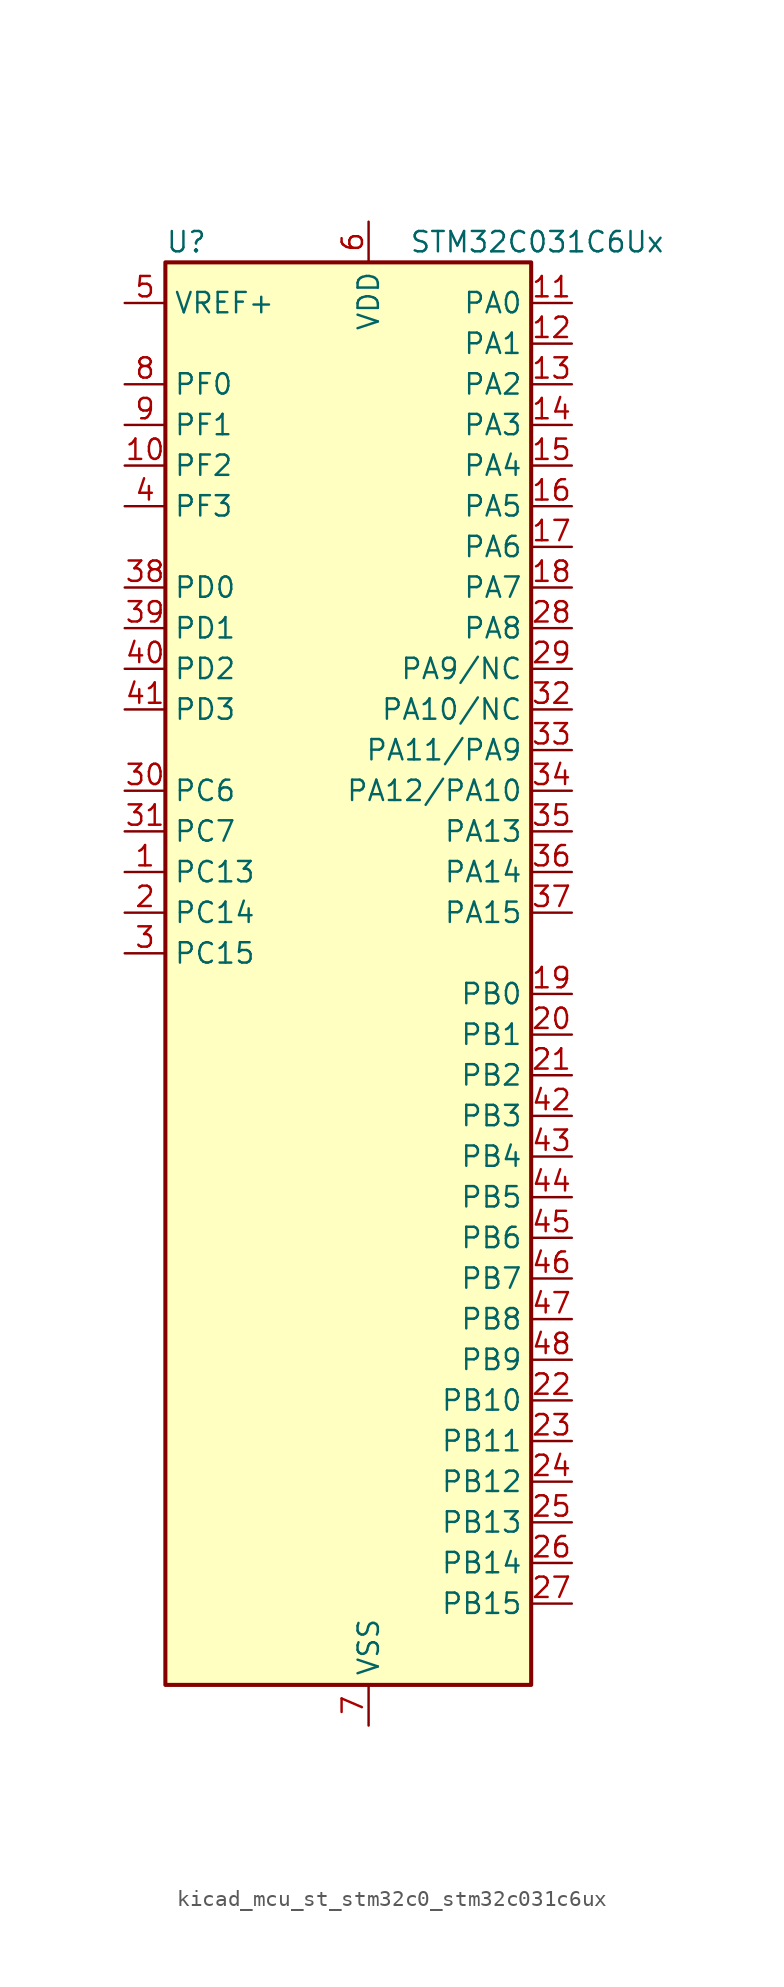
<source format=kicad_sym>
(kicad_symbol_lib
  (version 20220914)
  (generator kicad_symbol_editor)
  (symbol "kicad_mcu_st_stm32c0_stm32c031c6ux"
    (property "Reference" "U"
      (at -10.16 46.99 0)
      (effects (font (size 1.27 1.27)) (justify left)))
    (property "Value" "STM32C031C6Ux"
      (at 5.08 46.99 0)
      (effects (font (size 1.27 1.27)) (justify left)))
    (property "ki_locked" ""
      (at 0 0 0)
      (effects (font (size 1.27 1.27))))
    (symbol "kicad_mcu_st_stm32c0_stm32c031c6ux_0_1"
      (rectangle (start -10.16 -43.18) (end 12.7 45.72) (stroke (width 0.254) (type default)) (fill (type background))))
    (symbol "kicad_mcu_st_stm32c0_stm32c031c6ux_1_1"
      (pin bidirectional line (at -12.7 7.62 0) (length 2.54) (name "PC13" (effects (font (size 1.27 1.27)))) (number "1" (effects (font (size 1.27 1.27)))) (alternate "PWR_WKUP2" bidirectional line) (alternate "RTC_OUT1" bidirectional line) (alternate "RTC_TS" bidirectional line) (alternate "TIM1_BKIN" bidirectional line) (alternate "TIM1_ETR" bidirectional line))
      (pin bidirectional line (at -12.7 33.02 0) (length 2.54) (name "PF2" (effects (font (size 1.27 1.27)))) (number "10" (effects (font (size 1.27 1.27)))) (alternate "RCC_MCO" bidirectional line) (alternate "TIM1_CH4" bidirectional line))
      (pin bidirectional line (at 15.24 43.18 180) (length 2.54) (name "PA0" (effects (font (size 1.27 1.27)))) (number "11" (effects (font (size 1.27 1.27)))) (alternate "ADC1_IN0" bidirectional line) (alternate "PWR_WKUP1" bidirectional line) (alternate "TIM16_CH1" bidirectional line) (alternate "TIM1_CH1" bidirectional line) (alternate "USART1_TX" bidirectional line) (alternate "USART2_CTS" bidirectional line) (alternate "USART2_NSS" bidirectional line))
      (pin bidirectional line (at 15.24 40.64 180) (length 2.54) (name "PA1" (effects (font (size 1.27 1.27)))) (number "12" (effects (font (size 1.27 1.27)))) (alternate "ADC1_IN1" bidirectional line) (alternate "I2C1_SMBA" bidirectional line) (alternate "I2S1_CK" bidirectional line) (alternate "SPI1_SCK" bidirectional line) (alternate "TIM17_CH1" bidirectional line) (alternate "TIM1_CH2" bidirectional line) (alternate "USART1_RX" bidirectional line) (alternate "USART2_CK" bidirectional line) (alternate "USART2_DE" bidirectional line) (alternate "USART2_RTS" bidirectional line))
      (pin bidirectional line (at 15.24 38.1 180) (length 2.54) (name "PA2" (effects (font (size 1.27 1.27)))) (number "13" (effects (font (size 1.27 1.27)))) (alternate "ADC1_IN2" bidirectional line) (alternate "I2S1_SD" bidirectional line) (alternate "PWR_WKUP4" bidirectional line) (alternate "RCC_LSCO" bidirectional line) (alternate "SPI1_MOSI" bidirectional line) (alternate "TIM16_CH1N" bidirectional line) (alternate "TIM1_CH3" bidirectional line) (alternate "TIM3_ETR" bidirectional line) (alternate "USART2_TX" bidirectional line))
      (pin bidirectional line (at 15.24 35.56 180) (length 2.54) (name "PA3" (effects (font (size 1.27 1.27)))) (number "14" (effects (font (size 1.27 1.27)))) (alternate "ADC1_IN3" bidirectional line) (alternate "TIM1_CH1N" bidirectional line) (alternate "TIM1_CH4" bidirectional line) (alternate "USART2_RX" bidirectional line))
      (pin bidirectional line (at 15.24 33.02 180) (length 2.54) (name "PA4" (effects (font (size 1.27 1.27)))) (number "15" (effects (font (size 1.27 1.27)))) (alternate "ADC1_IN4" bidirectional line) (alternate "I2S1_WS" bidirectional line) (alternate "RTC_OUT2" bidirectional line) (alternate "SPI1_NSS" bidirectional line) (alternate "TIM14_CH1" bidirectional line) (alternate "TIM17_CH1N" bidirectional line) (alternate "TIM1_CH2N" bidirectional line) (alternate "USART2_TX" bidirectional line))
      (pin bidirectional line (at 15.24 30.48 180) (length 2.54) (name "PA5" (effects (font (size 1.27 1.27)))) (number "16" (effects (font (size 1.27 1.27)))) (alternate "ADC1_IN5" bidirectional line) (alternate "I2S1_CK" bidirectional line) (alternate "SPI1_SCK" bidirectional line) (alternate "TIM1_CH1" bidirectional line) (alternate "TIM1_CH3N" bidirectional line) (alternate "USART2_RX" bidirectional line))
      (pin bidirectional line (at 15.24 27.94 180) (length 2.54) (name "PA6" (effects (font (size 1.27 1.27)))) (number "17" (effects (font (size 1.27 1.27)))) (alternate "ADC1_IN6" bidirectional line) (alternate "I2S1_MCK" bidirectional line) (alternate "SPI1_MISO" bidirectional line) (alternate "TIM16_CH1" bidirectional line) (alternate "TIM1_BKIN" bidirectional line) (alternate "TIM3_CH1" bidirectional line))
      (pin bidirectional line (at 15.24 25.4 180) (length 2.54) (name "PA7" (effects (font (size 1.27 1.27)))) (number "18" (effects (font (size 1.27 1.27)))) (alternate "ADC1_IN7" bidirectional line) (alternate "I2S1_SD" bidirectional line) (alternate "SPI1_MOSI" bidirectional line) (alternate "TIM14_CH1" bidirectional line) (alternate "TIM17_CH1" bidirectional line) (alternate "TIM1_CH1N" bidirectional line) (alternate "TIM3_CH2" bidirectional line))
      (pin bidirectional line (at 15.24 0 180) (length 2.54) (name "PB0" (effects (font (size 1.27 1.27)))) (number "19" (effects (font (size 1.27 1.27)))) (alternate "ADC1_IN17" bidirectional line) (alternate "I2S1_WS" bidirectional line) (alternate "SPI1_NSS" bidirectional line) (alternate "TIM1_CH2N" bidirectional line) (alternate "TIM3_CH3" bidirectional line))
      (pin bidirectional line (at -12.7 5.08 0) (length 2.54) (name "PC14" (effects (font (size 1.27 1.27)))) (number "2" (effects (font (size 1.27 1.27)))) (alternate "I2C1_SDA" bidirectional line) (alternate "IR_OUT" bidirectional line) (alternate "RCC_OSCX_IN" bidirectional line) (alternate "TIM17_CH1" bidirectional line) (alternate "TIM1_BKIN2" bidirectional line) (alternate "TIM1_ETR" bidirectional line) (alternate "TIM3_CH2" bidirectional line) (alternate "USART1_TX" bidirectional line) (alternate "USART2_CK" bidirectional line) (alternate "USART2_DE" bidirectional line) (alternate "USART2_RTS" bidirectional line))
      (pin bidirectional line (at 15.24 -2.54 180) (length 2.54) (name "PB1" (effects (font (size 1.27 1.27)))) (number "20" (effects (font (size 1.27 1.27)))) (alternate "ADC1_IN18" bidirectional line) (alternate "TIM14_CH1" bidirectional line) (alternate "TIM1_CH2N" bidirectional line) (alternate "TIM1_CH3N" bidirectional line) (alternate "TIM3_CH4" bidirectional line))
      (pin bidirectional line (at 15.24 -5.08 180) (length 2.54) (name "PB2" (effects (font (size 1.27 1.27)))) (number "21" (effects (font (size 1.27 1.27)))) (alternate "ADC1_IN19" bidirectional line) (alternate "RCC_MCO_2" bidirectional line) (alternate "USART1_RX" bidirectional line))
      (pin bidirectional line (at 15.24 -25.4 180) (length 2.54) (name "PB10" (effects (font (size 1.27 1.27)))) (number "22" (effects (font (size 1.27 1.27)))) (alternate "ADC1_IN20" bidirectional line))
      (pin bidirectional line (at 15.24 -27.94 180) (length 2.54) (name "PB11" (effects (font (size 1.27 1.27)))) (number "23" (effects (font (size 1.27 1.27)))) (alternate "ADC1_EXTI11" bidirectional line) (alternate "ADC1_IN21" bidirectional line))
      (pin bidirectional line (at 15.24 -30.48 180) (length 2.54) (name "PB12" (effects (font (size 1.27 1.27)))) (number "24" (effects (font (size 1.27 1.27)))) (alternate "ADC1_IN22" bidirectional line) (alternate "TIM1_BKIN" bidirectional line) (alternate "TIM1_BKIN2" bidirectional line))
      (pin bidirectional line (at 15.24 -33.02 180) (length 2.54) (name "PB13" (effects (font (size 1.27 1.27)))) (number "25" (effects (font (size 1.27 1.27)))) (alternate "TIM1_CH1N" bidirectional line))
      (pin bidirectional line (at 15.24 -35.56 180) (length 2.54) (name "PB14" (effects (font (size 1.27 1.27)))) (number "26" (effects (font (size 1.27 1.27)))) (alternate "TIM1_CH2N" bidirectional line))
      (pin bidirectional line (at 15.24 -38.1 180) (length 2.54) (name "PB15" (effects (font (size 1.27 1.27)))) (number "27" (effects (font (size 1.27 1.27)))) (alternate "RTC_REFIN" bidirectional line) (alternate "TIM1_CH3N" bidirectional line))
      (pin bidirectional line (at 15.24 22.86 180) (length 2.54) (name "PA8" (effects (font (size 1.27 1.27)))) (number "28" (effects (font (size 1.27 1.27)))) (alternate "ADC1_IN8" bidirectional line) (alternate "I2S1_WS" bidirectional line) (alternate "RCC_MCO" bidirectional line) (alternate "RCC_MCO_2" bidirectional line) (alternate "SPI1_NSS" bidirectional line) (alternate "TIM14_CH1" bidirectional line) (alternate "TIM1_CH1" bidirectional line) (alternate "TIM1_CH2N" bidirectional line) (alternate "TIM1_CH3N" bidirectional line) (alternate "TIM3_CH3" bidirectional line) (alternate "TIM3_CH4" bidirectional line) (alternate "USART1_RX" bidirectional line) (alternate "USART2_TX" bidirectional line))
      (pin bidirectional line (at 15.24 20.32 180) (length 2.54) (name "PA9/NC" (effects (font (size 1.27 1.27)))) (number "29" (effects (font (size 1.27 1.27)))) (alternate "I2C1_SCL" bidirectional line) (alternate "RCC_MCO" bidirectional line) (alternate "TIM1_CH2" bidirectional line) (alternate "TIM3_ETR" bidirectional line) (alternate "USART1_TX" bidirectional line))
      (pin bidirectional line (at -12.7 2.54 0) (length 2.54) (name "PC15" (effects (font (size 1.27 1.27)))) (number "3" (effects (font (size 1.27 1.27)))) (alternate "RCC_OSC32_EN" bidirectional line) (alternate "RCC_OSCX_OUT" bidirectional line) (alternate "RCC_OSC_EN" bidirectional line) (alternate "TIM1_ETR" bidirectional line) (alternate "TIM3_CH3" bidirectional line))
      (pin bidirectional line (at -12.7 12.7 0) (length 2.54) (name "PC6" (effects (font (size 1.27 1.27)))) (number "30" (effects (font (size 1.27 1.27)))) (alternate "TIM3_CH1" bidirectional line))
      (pin bidirectional line (at -12.7 10.16 0) (length 2.54) (name "PC7" (effects (font (size 1.27 1.27)))) (number "31" (effects (font (size 1.27 1.27)))) (alternate "TIM3_CH2" bidirectional line))
      (pin bidirectional line (at 15.24 17.78 180) (length 2.54) (name "PA10/NC" (effects (font (size 1.27 1.27)))) (number "32" (effects (font (size 1.27 1.27)))) (alternate "I2C1_SDA" bidirectional line) (alternate "RCC_MCO_2" bidirectional line) (alternate "TIM17_BKIN" bidirectional line) (alternate "TIM1_CH3" bidirectional line) (alternate "USART1_RX" bidirectional line))
      (pin bidirectional line (at 15.24 15.24 180) (length 2.54) (name "PA11/PA9" (effects (font (size 1.27 1.27)))) (number "33" (effects (font (size 1.27 1.27)))) (alternate "ADC1_EXTI11" bidirectional line) (alternate "ADC1_IN11" bidirectional line) (alternate "I2S1_MCK" bidirectional line) (alternate "SPI1_MISO" bidirectional line) (alternate "TIM1_BKIN2" bidirectional line) (alternate "TIM1_CH4" bidirectional line) (alternate "USART1_CTS" bidirectional line) (alternate "USART1_NSS" bidirectional line))
      (pin bidirectional line (at 15.24 12.7 180) (length 2.54) (name "PA12/PA10" (effects (font (size 1.27 1.27)))) (number "34" (effects (font (size 1.27 1.27)))) (alternate "ADC1_IN12" bidirectional line) (alternate "I2S1_SD" bidirectional line) (alternate "I2S_CKIN" bidirectional line) (alternate "SPI1_MOSI" bidirectional line) (alternate "TIM1_ETR" bidirectional line) (alternate "USART1_CK" bidirectional line) (alternate "USART1_DE" bidirectional line) (alternate "USART1_RTS" bidirectional line))
      (pin bidirectional line (at 15.24 10.16 180) (length 2.54) (name "PA13" (effects (font (size 1.27 1.27)))) (number "35" (effects (font (size 1.27 1.27)))) (alternate "ADC1_IN13" bidirectional line) (alternate "DEBUG_SWDIO" bidirectional line) (alternate "IR_OUT" bidirectional line) (alternate "TIM3_ETR" bidirectional line) (alternate "USART2_RX" bidirectional line))
      (pin bidirectional line (at 15.24 7.62 180) (length 2.54) (name "PA14" (effects (font (size 1.27 1.27)))) (number "36" (effects (font (size 1.27 1.27)))) (alternate "ADC1_IN14" bidirectional line) (alternate "DEBUG_SWCLK" bidirectional line) (alternate "I2S1_WS" bidirectional line) (alternate "RCC_MCO_2" bidirectional line) (alternate "SPI1_NSS" bidirectional line) (alternate "TIM1_CH1" bidirectional line) (alternate "USART1_CK" bidirectional line) (alternate "USART1_DE" bidirectional line) (alternate "USART1_RTS" bidirectional line) (alternate "USART2_RX" bidirectional line) (alternate "USART2_TX" bidirectional line))
      (pin bidirectional line (at 15.24 5.08 180) (length 2.54) (name "PA15" (effects (font (size 1.27 1.27)))) (number "37" (effects (font (size 1.27 1.27)))) (alternate "I2S1_WS" bidirectional line) (alternate "RCC_MCO_2" bidirectional line) (alternate "SPI1_NSS" bidirectional line) (alternate "TIM1_CH1" bidirectional line) (alternate "USART1_CK" bidirectional line) (alternate "USART1_DE" bidirectional line) (alternate "USART1_RTS" bidirectional line) (alternate "USART2_RX" bidirectional line))
      (pin bidirectional line (at -12.7 25.4 0) (length 2.54) (name "PD0" (effects (font (size 1.27 1.27)))) (number "38" (effects (font (size 1.27 1.27)))) (alternate "TIM16_CH1" bidirectional line))
      (pin bidirectional line (at -12.7 22.86 0) (length 2.54) (name "PD1" (effects (font (size 1.27 1.27)))) (number "39" (effects (font (size 1.27 1.27)))) (alternate "TIM17_CH1" bidirectional line))
      (pin bidirectional line (at -12.7 30.48 0) (length 2.54) (name "PF3" (effects (font (size 1.27 1.27)))) (number "4" (effects (font (size 1.27 1.27)))))
      (pin bidirectional line (at -12.7 20.32 0) (length 2.54) (name "PD2" (effects (font (size 1.27 1.27)))) (number "40" (effects (font (size 1.27 1.27)))) (alternate "TIM1_CH1N" bidirectional line) (alternate "TIM3_ETR" bidirectional line))
      (pin bidirectional line (at -12.7 17.78 0) (length 2.54) (name "PD3" (effects (font (size 1.27 1.27)))) (number "41" (effects (font (size 1.27 1.27)))) (alternate "TIM1_CH2N" bidirectional line) (alternate "USART2_CTS" bidirectional line) (alternate "USART2_NSS" bidirectional line))
      (pin bidirectional line (at 15.24 -7.62 180) (length 2.54) (name "PB3" (effects (font (size 1.27 1.27)))) (number "42" (effects (font (size 1.27 1.27)))) (alternate "I2S1_CK" bidirectional line) (alternate "SPI1_SCK" bidirectional line) (alternate "TIM1_CH2" bidirectional line) (alternate "TIM3_CH2" bidirectional line) (alternate "USART1_CK" bidirectional line) (alternate "USART1_DE" bidirectional line) (alternate "USART1_RTS" bidirectional line))
      (pin bidirectional line (at 15.24 -10.16 180) (length 2.54) (name "PB4" (effects (font (size 1.27 1.27)))) (number "43" (effects (font (size 1.27 1.27)))) (alternate "I2S1_MCK" bidirectional line) (alternate "SPI1_MISO" bidirectional line) (alternate "TIM17_BKIN" bidirectional line) (alternate "TIM3_CH1" bidirectional line) (alternate "USART1_CTS" bidirectional line) (alternate "USART1_NSS" bidirectional line))
      (pin bidirectional line (at 15.24 -12.7 180) (length 2.54) (name "PB5" (effects (font (size 1.27 1.27)))) (number "44" (effects (font (size 1.27 1.27)))) (alternate "I2C1_SMBA" bidirectional line) (alternate "I2S1_SD" bidirectional line) (alternate "PWR_WKUP6" bidirectional line) (alternate "SPI1_MOSI" bidirectional line) (alternate "TIM16_BKIN" bidirectional line) (alternate "TIM3_CH2" bidirectional line) (alternate "TIM3_CH3" bidirectional line))
      (pin bidirectional line (at 15.24 -15.24 180) (length 2.54) (name "PB6" (effects (font (size 1.27 1.27)))) (number "45" (effects (font (size 1.27 1.27)))) (alternate "I2C1_SCL" bidirectional line) (alternate "I2C1_SMBA" bidirectional line) (alternate "I2S1_CK" bidirectional line) (alternate "I2S1_MCK" bidirectional line) (alternate "I2S1_SD" bidirectional line) (alternate "PWR_WKUP3" bidirectional line) (alternate "SPI1_MISO" bidirectional line) (alternate "SPI1_MOSI" bidirectional line) (alternate "SPI1_SCK" bidirectional line) (alternate "TIM16_BKIN" bidirectional line) (alternate "TIM16_CH1N" bidirectional line) (alternate "TIM17_BKIN" bidirectional line) (alternate "TIM1_CH2" bidirectional line) (alternate "TIM1_CH3" bidirectional line) (alternate "TIM3_CH1" bidirectional line) (alternate "TIM3_CH2" bidirectional line) (alternate "TIM3_CH3" bidirectional line) (alternate "USART1_CK" bidirectional line) (alternate "USART1_CTS" bidirectional line) (alternate "USART1_DE" bidirectional line) (alternate "USART1_NSS" bidirectional line) (alternate "USART1_RTS" bidirectional line) (alternate "USART1_TX" bidirectional line))
      (pin bidirectional line (at 15.24 -17.78 180) (length 2.54) (name "PB7" (effects (font (size 1.27 1.27)))) (number "46" (effects (font (size 1.27 1.27)))) (alternate "I2C1_SCL" bidirectional line) (alternate "I2C1_SDA" bidirectional line) (alternate "TIM16_CH1" bidirectional line) (alternate "TIM17_CH1N" bidirectional line) (alternate "TIM1_CH4" bidirectional line) (alternate "TIM3_CH1" bidirectional line) (alternate "TIM3_CH4" bidirectional line) (alternate "USART1_RX" bidirectional line) (alternate "USART2_CTS" bidirectional line) (alternate "USART2_NSS" bidirectional line))
      (pin bidirectional line (at 15.24 -20.32 180) (length 2.54) (name "PB8" (effects (font (size 1.27 1.27)))) (number "47" (effects (font (size 1.27 1.27)))) (alternate "I2C1_SCL" bidirectional line) (alternate "TIM16_CH1" bidirectional line) (alternate "TIM3_CH1" bidirectional line) (alternate "USART2_CTS" bidirectional line) (alternate "USART2_NSS" bidirectional line))
      (pin bidirectional line (at 15.24 -22.86 180) (length 2.54) (name "PB9" (effects (font (size 1.27 1.27)))) (number "48" (effects (font (size 1.27 1.27)))) (alternate "I2C1_SDA" bidirectional line) (alternate "IR_OUT" bidirectional line) (alternate "TIM17_CH1" bidirectional line) (alternate "TIM3_CH2" bidirectional line) (alternate "USART2_CK" bidirectional line) (alternate "USART2_DE" bidirectional line) (alternate "USART2_RTS" bidirectional line))
      (pin passive line (at 2.54 -45.72 90) (length 2.54) hide (name "VSS" (effects (font (size 1.27 1.27)))) (number "49" (effects (font (size 1.27 1.27)))))
      (pin input line (at -12.7 43.18 0) (length 2.54) (name "VREF+" (effects (font (size 1.27 1.27)))) (number "5" (effects (font (size 1.27 1.27)))))
      (pin power_in line (at 2.54 48.26 270) (length 2.54) (name "VDD" (effects (font (size 1.27 1.27)))) (number "6" (effects (font (size 1.27 1.27)))))
      (pin power_in line (at 2.54 -45.72 90) (length 2.54) (name "VSS" (effects (font (size 1.27 1.27)))) (number "7" (effects (font (size 1.27 1.27)))))
      (pin bidirectional line (at -12.7 38.1 0) (length 2.54) (name "PF0" (effects (font (size 1.27 1.27)))) (number "8" (effects (font (size 1.27 1.27)))) (alternate "RCC_OSC_IN" bidirectional line) (alternate "TIM14_CH1" bidirectional line))
      (pin bidirectional line (at -12.7 35.56 0) (length 2.54) (name "PF1" (effects (font (size 1.27 1.27)))) (number "9" (effects (font (size 1.27 1.27)))) (alternate "RCC_OSC_EN" bidirectional line) (alternate "RCC_OSC_OUT" bidirectional line)))))
</source>
